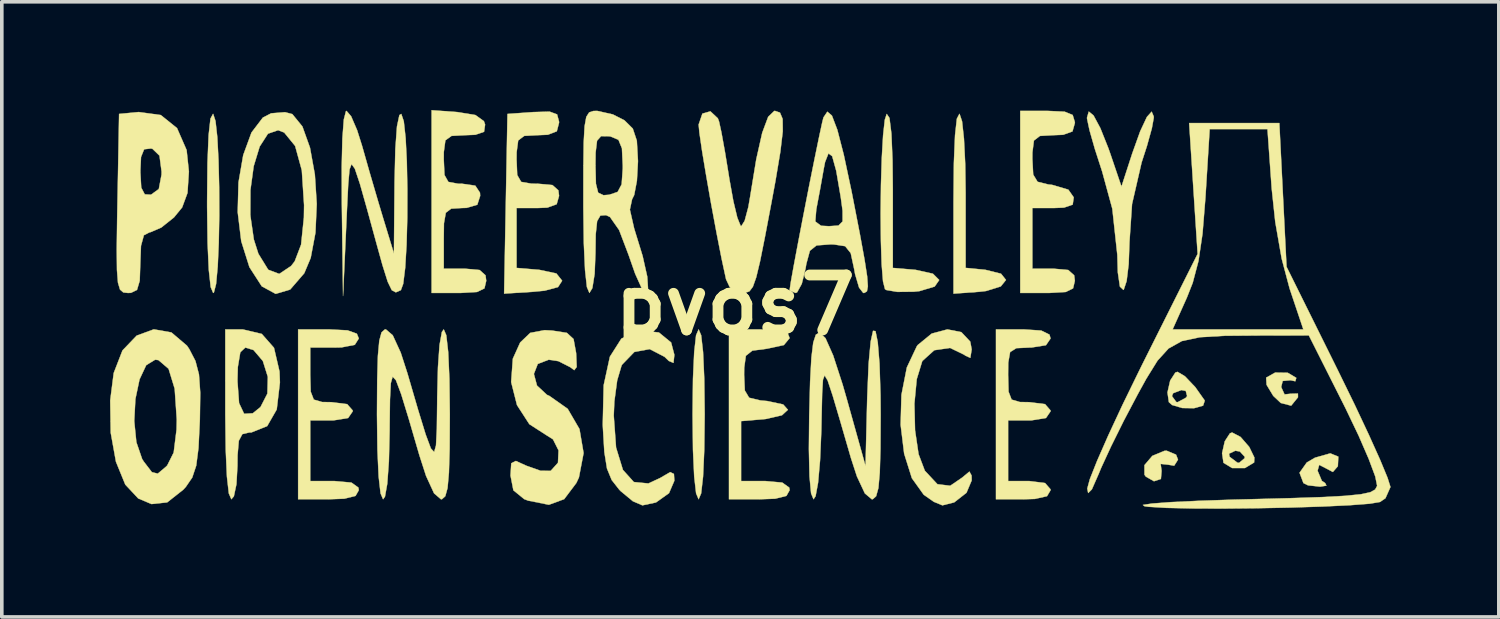
<source format=kicad_pcb>
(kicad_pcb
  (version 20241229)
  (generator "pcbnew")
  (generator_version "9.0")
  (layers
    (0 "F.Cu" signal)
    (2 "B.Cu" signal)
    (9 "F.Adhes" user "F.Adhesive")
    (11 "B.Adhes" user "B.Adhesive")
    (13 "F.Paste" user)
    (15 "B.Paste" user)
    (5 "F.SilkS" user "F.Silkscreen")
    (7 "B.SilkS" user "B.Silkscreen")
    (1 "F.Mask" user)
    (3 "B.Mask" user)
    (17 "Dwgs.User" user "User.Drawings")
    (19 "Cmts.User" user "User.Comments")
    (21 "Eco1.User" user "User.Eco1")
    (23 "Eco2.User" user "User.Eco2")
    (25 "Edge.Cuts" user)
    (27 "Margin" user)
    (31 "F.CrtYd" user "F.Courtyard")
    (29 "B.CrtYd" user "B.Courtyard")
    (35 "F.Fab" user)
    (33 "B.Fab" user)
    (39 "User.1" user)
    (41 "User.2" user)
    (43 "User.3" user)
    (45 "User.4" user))
  (footprint "pvos7"
    (layer "F.Cu")
    (at 17.325 5.407)
    (property "Reference" "pvos7" (at 0 0 0) (layer "F.SilkS") (effects (font (size 1.524 1.524) (thickness 0.3))))
    (attr through_hole)
    (fp_poly (pts (xy 12.225 4.146) (xy 12.279 4.284) (xy 12.173 4.452) (xy 11.998 4.423) (xy 11.798 4.402) (xy 11.824 4.597) (xy 11.805 4.82) (xy 11.613 4.883) (xy 11.387 4.754) (xy 11.35 4.703) (xy 11.349 4.437) (xy 11.567 4.18) (xy 11.9 4.041) (xy 11.964 4.037) (xy 12.225 4.146)) (stroke (width 0.01) (type solid)) (fill yes) (layer "F.SilkS"))
    (fp_poly (pts (xy 15.32 1.876) (xy 15.558 2.017) (xy 15.531 2.112) (xy 15.4 2.083) (xy 15.181 2.103) (xy 15.139 2.271) (xy 15.232 2.476) (xy 15.405 2.457) (xy 15.603 2.452) (xy 15.605 2.555) (xy 15.416 2.788) (xy 15.129 2.714) (xy 14.92 2.517) (xy 14.734 2.209) (xy 14.723 2.011) (xy 14.972 1.871) (xy 15.32 1.876)) (stroke (width 0.01) (type solid)) (fill yes) (layer "F.SilkS"))
    (fp_poly (pts (xy 16.723 4.201) (xy 16.71 4.467) (xy 16.572 4.626) (xy 16.381 4.525) (xy 16.193 4.428) (xy 16.148 4.591) (xy 16.266 4.871) (xy 16.359 4.935) (xy 16.393 5.005) (xy 16.218 5.033) (xy 15.882 4.996) (xy 15.756 4.934) (xy 15.648 4.648) (xy 15.848 4.364) (xy 16.077 4.23) (xy 16.5 4.11) (xy 16.723 4.201)) (stroke (width 0.01) (type solid)) (fill yes) (layer "F.SilkS"))
    (fp_poly (pts (xy 6.224 -5.299) (xy 6.293 -5.094) (xy 6.346 -4.61) (xy 6.381 -3.904) (xy 6.392 -3.113) (xy 6.392 -1.031) (xy 6.939 -0.978) (xy 7.373 -0.87) (xy 7.511 -0.697) (xy 7.367 -0.518) (xy 6.957 -0.39) (xy 6.771 -0.369) (xy 6.056 -0.317) (xy 6.056 -2.86) (xy 6.066 -3.934) (xy 6.098 -4.707) (xy 6.149 -5.166) (xy 6.219 -5.301) (xy 6.224 -5.299)) (stroke (width 0.01) (type solid)) (fill yes) (layer "F.SilkS"))
    (fp_poly (pts (xy -14.466 -5.299) (xy -14.401 -5.102) (xy -14.351 -4.651) (xy -14.318 -4.016) (xy -14.3 -3.269) (xy -14.297 -2.481) (xy -14.311 -1.724) (xy -14.34 -1.068) (xy -14.385 -0.586) (xy -14.446 -0.349) (xy -14.466 -0.336) (xy -14.535 -0.5) (xy -14.587 -0.971) (xy -14.621 -1.72) (xy -14.634 -2.72) (xy -14.634 -2.87) (xy -14.624 -3.941) (xy -14.592 -4.711) (xy -14.541 -5.168) (xy -14.47 -5.301) (xy -14.466 -5.299)) (stroke (width 0.01) (type solid)) (fill yes) (layer "F.SilkS"))
    (fp_poly (pts (xy -0.939 0.836) (xy -0.886 1.303) (xy -0.853 2.044) (xy -0.841 3.026) (xy -0.841 3.028) (xy -0.853 4.01) (xy -0.886 4.751) (xy -0.939 5.219) (xy -1.009 5.383) (xy -1.009 5.383) (xy -1.079 5.22) (xy -1.132 4.753) (xy -1.166 4.012) (xy -1.177 3.03) (xy -1.177 3.028) (xy -1.166 2.045) (xy -1.132 1.304) (xy -1.08 0.836) (xy -1.009 0.673) (xy -1.009 0.673) (xy -0.939 0.836)) (stroke (width 0.01) (type solid)) (fill yes) (layer "F.SilkS"))
    (fp_poly (pts (xy 14.013 3.655) (xy 14.253 3.931) (xy 14.396 4.225) (xy 14.389 4.363) (xy 14.132 4.517) (xy 13.78 4.517) (xy 13.54 4.372) (xy 13.503 4.119) (xy 13.693 4.119) (xy 13.709 4.205) (xy 13.924 4.367) (xy 13.972 4.374) (xy 14.125 4.245) (xy 14.13 4.205) (xy 13.993 4.058) (xy 13.868 4.037) (xy 13.693 4.119) (xy 13.503 4.119) (xy 13.501 4.104) (xy 13.576 3.775) (xy 13.719 3.554) (xy 13.779 3.532) (xy 14.013 3.655)) (stroke (width 0.01) (type solid)) (fill yes) (layer "F.SilkS"))
    (fp_poly (pts (xy 4.281 -5.186) (xy 4.335 -4.752) (xy 4.366 -4.008) (xy 4.374 -3.216) (xy 4.374 -1.03) (xy 5.004 -0.977) (xy 5.485 -0.87) (xy 5.66 -0.695) (xy 5.534 -0.514) (xy 5.112 -0.387) (xy 4.956 -0.371) (xy 4.499 -0.366) (xy 4.197 -0.417) (xy 4.157 -0.441) (xy 4.102 -0.657) (xy 4.064 -1.13) (xy 4.043 -1.783) (xy 4.036 -2.542) (xy 4.045 -3.333) (xy 4.068 -4.078) (xy 4.104 -4.705) (xy 4.152 -5.138) (xy 4.205 -5.299) (xy 4.281 -5.186)) (stroke (width 0.01) (type solid)) (fill yes) (layer "F.SilkS"))
    (fp_poly (pts (xy 12.472 1.974) (xy 12.756 2.272) (xy 13.013 2.636) (xy 13.021 2.649) (xy 12.974 2.788) (xy 12.724 2.858) (xy 12.395 2.853) (xy 12.113 2.769) (xy 12.026 2.69) (xy 12.002 2.523) (xy 12.111 2.523) (xy 12.232 2.687) (xy 12.27 2.691) (xy 12.497 2.569) (xy 12.532 2.523) (xy 12.494 2.379) (xy 12.374 2.355) (xy 12.143 2.443) (xy 12.111 2.523) (xy 12.002 2.523) (xy 11.987 2.422) (xy 12.062 2.093) (xy 12.205 1.871) (xy 12.265 1.85) (xy 12.472 1.974)) (stroke (width 0.01) (type solid)) (fill yes) (layer "F.SilkS"))
    (fp_poly (pts (xy -10.741 0.7) (xy -10.483 0.793) (xy -10.429 0.925) (xy -10.54 1.101) (xy -10.909 1.173) (xy -11.102 1.177) (xy -11.775 1.177) (xy -11.775 1.934) (xy -11.762 2.4) (xy -11.677 2.62) (xy -11.448 2.687) (xy -11.186 2.691) (xy -10.751 2.746) (xy -10.598 2.921) (xy -10.597 2.944) (xy -10.725 3.13) (xy -11.132 3.196) (xy -11.186 3.196) (xy -11.775 3.196) (xy -11.775 4.878) (xy -11.102 4.878) (xy -10.634 4.92) (xy -10.441 5.058) (xy -10.429 5.13) (xy -10.519 5.289) (xy -10.831 5.367) (xy -11.27 5.383) (xy -12.111 5.383) (xy -12.111 0.673) (xy -11.27 0.673) (xy -10.741 0.7)) (stroke (width 0.01) (type solid)) (fill yes) (layer "F.SilkS"))
    (fp_poly (pts (xy 9.938 -5.256) (xy 10.127 -4.904) (xy 10.349 -4.348) (xy 10.401 -4.201) (xy 10.712 -3.285) (xy 11.012 -4.208) (xy 11.231 -4.818) (xy 11.417 -5.215) (xy 11.549 -5.363) (xy 11.606 -5.229) (xy 11.607 -5.19) (xy 11.554 -4.899) (xy 11.418 -4.41) (xy 11.27 -3.953) (xy 11.005 -2.801) (xy 10.934 -1.75) (xy 10.912 -1.138) (xy 10.855 -0.667) (xy 10.775 -0.428) (xy 10.766 -0.421) (xy 10.669 -0.512) (xy 10.611 -0.905) (xy 10.597 -1.39) (xy 10.458 -2.671) (xy 10.177 -3.701) (xy 9.975 -4.325) (xy 9.826 -4.847) (xy 9.758 -5.166) (xy 9.756 -5.194) (xy 9.806 -5.365) (xy 9.938 -5.256)) (stroke (width 0.01) (type solid)) (fill yes) (layer "F.SilkS"))
    (fp_poly (pts (xy 1.209 0.702) (xy 1.468 0.8) (xy 1.514 0.915) (xy 1.354 1.108) (xy 0.886 1.209) (xy 0.883 1.209) (xy 0.479 1.263) (xy 0.3 1.405) (xy 0.254 1.739) (xy 0.252 1.934) (xy 0.271 2.367) (xy 0.391 2.568) (xy 0.703 2.643) (xy 0.894 2.66) (xy 1.334 2.754) (xy 1.466 2.902) (xy 1.301 3.054) (xy 0.849 3.158) (xy 0.786 3.164) (xy 0.168 3.216) (xy 0.168 4.878) (xy 0.841 4.878) (xy 1.309 4.92) (xy 1.502 5.058) (xy 1.514 5.13) (xy 1.424 5.289) (xy 1.112 5.367) (xy 0.673 5.383) (xy -0.168 5.383) (xy -0.168 0.673) (xy 0.673 0.673) (xy 1.209 0.702)) (stroke (width 0.01) (type solid)) (fill yes) (layer "F.SilkS"))
    (fp_poly (pts (xy 8.489 0.706) (xy 8.716 0.818) (xy 8.747 0.925) (xy 8.619 1.112) (xy 8.212 1.177) (xy 8.158 1.177) (xy 7.797 1.194) (xy 7.625 1.303) (xy 7.573 1.598) (xy 7.57 1.934) (xy 7.582 2.4) (xy 7.667 2.62) (xy 7.896 2.687) (xy 8.158 2.691) (xy 8.594 2.746) (xy 8.746 2.921) (xy 8.747 2.944) (xy 8.619 3.13) (xy 8.212 3.196) (xy 8.158 3.196) (xy 7.57 3.196) (xy 7.57 4.878) (xy 8.158 4.878) (xy 8.594 4.933) (xy 8.746 5.107) (xy 8.747 5.13) (xy 8.648 5.297) (xy 8.311 5.373) (xy 7.99 5.383) (xy 7.233 5.383) (xy 7.233 0.673) (xy 7.99 0.673) (xy 8.489 0.706)) (stroke (width 0.01) (type solid)) (fill yes) (layer "F.SilkS"))
    (fp_poly (pts (xy -4.933 -5.287) (xy -4.879 -5.088) (xy -4.878 -5.056) (xy -4.94 -4.818) (xy -5.188 -4.722) (xy -5.467 -4.71) (xy -5.844 -4.69) (xy -6.011 -4.564) (xy -6.054 -4.236) (xy -6.056 -4.037) (xy -6.038 -3.606) (xy -5.928 -3.415) (xy -5.641 -3.366) (xy -5.467 -3.364) (xy -5.061 -3.327) (xy -4.897 -3.18) (xy -4.878 -3.028) (xy -4.944 -2.796) (xy -5.201 -2.702) (xy -5.467 -2.691) (xy -6.056 -2.691) (xy -6.056 -1.03) (xy -5.425 -0.977) (xy -4.953 -0.877) (xy -4.794 -0.678) (xy -4.794 -0.673) (xy -4.907 -0.499) (xy -5.28 -0.399) (xy -5.598 -0.369) (xy -6.401 -0.318) (xy -6.308 -5.299) (xy -5.593 -5.35) (xy -5.141 -5.363) (xy -4.933 -5.287)) (stroke (width 0.01) (type solid)) (fill yes) (layer "F.SilkS"))
    (fp_poly (pts (xy 9.136 -5.361) (xy 9.36 -5.269) (xy 9.42 -5.071) (xy 9.42 -5.046) (xy 9.354 -4.814) (xy 9.097 -4.721) (xy 8.831 -4.71) (xy 8.452 -4.689) (xy 8.285 -4.561) (xy 8.243 -4.228) (xy 8.242 -4.048) (xy 8.265 -3.618) (xy 8.386 -3.418) (xy 8.687 -3.343) (xy 8.788 -3.333) (xy 9.239 -3.2) (xy 9.389 -2.986) (xy 9.36 -2.785) (xy 9.119 -2.702) (xy 8.843 -2.691) (xy 8.242 -2.691) (xy 8.242 -1.009) (xy 8.831 -1.009) (xy 9.237 -0.972) (xy 9.401 -0.825) (xy 9.42 -0.673) (xy 9.37 -0.463) (xy 9.165 -0.363) (xy 8.717 -0.337) (xy 8.663 -0.336) (xy 7.906 -0.336) (xy 7.906 -5.383) (xy 8.663 -5.383) (xy 9.136 -5.361)) (stroke (width 0.01) (type solid)) (fill yes) (layer "F.SilkS"))
    (fp_poly (pts (xy 6.274 0.751) (xy 6.52 1.012) (xy 6.56 1.229) (xy 6.522 1.463) (xy 6.378 1.398) (xy 6.358 1.379) (xy 5.961 1.187) (xy 5.523 1.251) (xy 5.193 1.549) (xy 5.189 1.556) (xy 5.037 2.053) (xy 4.972 2.734) (xy 4.99 3.471) (xy 5.088 4.134) (xy 5.261 4.591) (xy 5.61 4.965) (xy 5.965 5.008) (xy 6.296 4.782) (xy 6.497 4.615) (xy 6.557 4.725) (xy 6.56 4.86) (xy 6.416 5.202) (xy 6.075 5.469) (xy 5.749 5.551) (xy 5.511 5.453) (xy 5.231 5.257) (xy 4.902 4.798) (xy 4.688 4.119) (xy 4.59 3.316) (xy 4.613 2.487) (xy 4.762 1.73) (xy 5.039 1.142) (xy 5.067 1.105) (xy 5.452 0.79) (xy 5.887 0.674) (xy 6.274 0.751)) (stroke (width 0.01) (type solid)) (fill yes) (layer "F.SilkS"))
    (fp_poly (pts (xy -13.119 0.799) (xy -12.78 1.184) (xy -12.627 1.842) (xy -12.616 2.146) (xy -12.704 2.893) (xy -12.969 3.355) (xy -13.409 3.531) (xy -13.469 3.532) (xy -13.657 3.576) (xy -13.755 3.76) (xy -13.79 4.163) (xy -13.793 4.458) (xy -13.821 4.964) (xy -13.892 5.3) (xy -13.962 5.383) (xy -14.032 5.22) (xy -14.085 4.753) (xy -14.118 4.012) (xy -14.13 3.03) (xy -14.13 2.103) (xy -13.793 2.103) (xy -13.748 2.717) (xy -13.608 3.013) (xy -13.368 2.999) (xy -13.154 2.826) (xy -12.963 2.453) (xy -12.951 1.989) (xy -13.089 1.549) (xy -13.347 1.246) (xy -13.575 1.177) (xy -13.714 1.308) (xy -13.783 1.719) (xy -13.793 2.103) (xy -14.13 2.103) (xy -14.13 0.673) (xy -13.651 0.673) (xy -13.119 0.799)) (stroke (width 0.01) (type solid)) (fill yes) (layer "F.SilkS"))
    (fp_poly (pts (xy -7.697 -5.35) (xy -7.196 -5.268) (xy -6.961 -5.098) (xy -6.928 -5.004) (xy -6.957 -4.804) (xy -7.198 -4.721) (xy -7.473 -4.71) (xy -7.858 -4.69) (xy -8.029 -4.567) (xy -8.073 -4.242) (xy -8.074 -4.037) (xy -8.054 -3.606) (xy -7.946 -3.414) (xy -7.678 -3.365) (xy -7.57 -3.364) (xy -7.2 -3.311) (xy -7.07 -3.115) (xy -7.065 -3.028) (xy -7.144 -2.782) (xy -7.439 -2.695) (xy -7.57 -2.691) (xy -7.868 -2.673) (xy -8.017 -2.56) (xy -8.069 -2.266) (xy -8.074 -1.85) (xy -8.074 -1.009) (xy -7.485 -1.009) (xy -7.08 -0.972) (xy -6.916 -0.825) (xy -6.897 -0.673) (xy -6.946 -0.463) (xy -7.152 -0.363) (xy -7.599 -0.337) (xy -7.654 -0.336) (xy -8.411 -0.336) (xy -8.411 -5.402) (xy -7.697 -5.35)) (stroke (width 0.01) (type solid)) (fill yes) (layer "F.SilkS"))
    (fp_poly (pts (xy -2.111 0.759) (xy -1.772 1.036) (xy -1.682 1.378) (xy -1.706 1.602) (xy -1.833 1.55) (xy -1.955 1.433) (xy -2.365 1.22) (xy -2.791 1.299) (xy -3.131 1.651) (xy -3.147 1.682) (xy -3.267 2.087) (xy -3.345 2.67) (xy -3.362 3.062) (xy -3.298 3.948) (xy -3.108 4.568) (xy -2.805 4.905) (xy -2.401 4.944) (xy -2.079 4.794) (xy -1.796 4.63) (xy -1.694 4.68) (xy -1.682 4.868) (xy -1.83 5.213) (xy -2.192 5.471) (xy -2.567 5.551) (xy -2.832 5.437) (xy -3.169 5.158) (xy -3.209 5.117) (xy -3.419 4.849) (xy -3.549 4.532) (xy -3.623 4.072) (xy -3.664 3.377) (xy -3.667 3.309) (xy -3.641 2.221) (xy -3.469 1.431) (xy -3.15 0.929) (xy -2.678 0.708) (xy -2.639 0.703) (xy -2.111 0.759)) (stroke (width 0.01) (type solid)) (fill yes) (layer "F.SilkS"))
    (fp_poly (pts (xy -15.919 -5.268) (xy -15.468 -4.906) (xy -15.202 -4.297) (xy -15.139 -3.701) (xy -15.178 -3.108) (xy -15.326 -2.707) (xy -15.552 -2.431) (xy -15.904 -2.15) (xy -16.205 -2.02) (xy -16.225 -2.019) (xy -16.387 -1.936) (xy -16.467 -1.643) (xy -16.485 -1.177) (xy -16.502 -0.674) (xy -16.577 -0.422) (xy -16.743 -0.34) (xy -16.826 -0.336) (xy -16.957 -0.351) (xy -17.048 -0.429) (xy -17.105 -0.62) (xy -17.133 -0.975) (xy -17.139 -1.544) (xy -17.128 -2.378) (xy -17.12 -2.818) (xy -17.103 -3.701) (xy -16.485 -3.701) (xy -16.46 -3.256) (xy -16.362 -3.07) (xy -16.19 -3.06) (xy -15.973 -3.217) (xy -15.897 -3.617) (xy -15.896 -3.701) (xy -15.954 -4.142) (xy -16.148 -4.331) (xy -16.19 -4.341) (xy -16.38 -4.319) (xy -16.466 -4.105) (xy -16.485 -3.701) (xy -17.103 -3.701) (xy -17.074 -5.299) (xy -16.53 -5.351) (xy -15.919 -5.268)) (stroke (width 0.01) (type solid)) (fill yes) (layer "F.SilkS"))
    (fp_poly (pts (xy -12.272 -5.294) (xy -11.992 -4.95) (xy -11.782 -4.363) (xy -11.647 -3.618) (xy -11.595 -2.804) (xy -11.631 -2.005) (xy -11.762 -1.309) (xy -11.941 -0.883) (xy -12.332 -0.431) (xy -12.733 -0.311) (xy -13.118 -0.52) (xy -13.461 -1.051) (xy -13.688 -1.771) (xy -13.775 -2.489) (xy -13.436 -2.489) (xy -13.339 -1.819) (xy -13.213 -1.424) (xy -12.939 -0.979) (xy -12.634 -0.865) (xy -12.305 -1.085) (xy -12.205 -1.215) (xy -12.029 -1.675) (xy -11.951 -2.428) (xy -11.946 -2.771) (xy -12.009 -3.737) (xy -12.194 -4.411) (xy -12.497 -4.783) (xy -12.665 -4.848) (xy -12.947 -4.751) (xy -13.177 -4.394) (xy -13.343 -3.849) (xy -13.433 -3.19) (xy -13.436 -2.489) (xy -13.775 -2.489) (xy -13.786 -2.578) (xy -13.764 -3.399) (xy -13.633 -4.158) (xy -13.404 -4.783) (xy -13.088 -5.198) (xy -12.859 -5.316) (xy -12.475 -5.347) (xy -12.272 -5.294)) (stroke (width 0.01) (type solid)) (fill yes) (layer "F.SilkS"))
    (fp_poly (pts (xy -10.642 -5.234) (xy -10.476 -4.849) (xy -10.339 -4.416) (xy -10.129 -3.678) (xy -9.889 -2.859) (xy -9.763 -2.439) (xy -9.455 -1.43) (xy -9.438 -3.416) (xy -9.416 -4.331) (xy -9.371 -4.953) (xy -9.304 -5.267) (xy -9.252 -5.299) (xy -9.182 -5.095) (xy -9.131 -4.63) (xy -9.098 -3.98) (xy -9.083 -3.22) (xy -9.085 -2.426) (xy -9.105 -1.673) (xy -9.143 -1.035) (xy -9.198 -0.59) (xy -9.263 -0.414) (xy -9.402 -0.353) (xy -9.514 -0.412) (xy -9.627 -0.645) (xy -9.773 -1.108) (xy -9.914 -1.616) (xy -10.196 -2.646) (xy -10.399 -3.364) (xy -10.539 -3.781) (xy -10.63 -3.909) (xy -10.686 -3.759) (xy -10.723 -3.341) (xy -10.756 -2.669) (xy -10.774 -2.271) (xy -10.866 -0.252) (xy -10.9 -2.818) (xy -10.903 -3.834) (xy -10.884 -4.621) (xy -10.844 -5.146) (xy -10.785 -5.375) (xy -10.77 -5.383) (xy -10.642 -5.234)) (stroke (width 0.01) (type solid)) (fill yes) (layer "F.SilkS"))
    (fp_poly (pts (xy -5.072 0.706) (xy -4.661 0.77) (xy -4.476 0.941) (xy -4.406 1.324) (xy -4.404 1.346) (xy -4.389 1.716) (xy -4.457 1.804) (xy -4.563 1.724) (xy -4.897 1.554) (xy -5.164 1.514) (xy -5.468 1.631) (xy -5.576 1.908) (xy -5.49 2.231) (xy -5.213 2.488) (xy -5.147 2.517) (xy -4.639 2.875) (xy -4.312 3.436) (xy -4.198 4.102) (xy -4.327 4.777) (xy -4.399 4.931) (xy -4.736 5.379) (xy -5.16 5.535) (xy -5.736 5.42) (xy -5.845 5.378) (xy -6.144 5.134) (xy -6.224 4.725) (xy -6.203 4.385) (xy -6.076 4.32) (xy -5.782 4.454) (xy -5.389 4.593) (xy -5.11 4.595) (xy -4.908 4.37) (xy -4.892 4.028) (xy -5.046 3.721) (xy -5.21 3.618) (xy -5.702 3.301) (xy -6.044 2.772) (xy -6.206 2.133) (xy -6.159 1.486) (xy -5.956 1.037) (xy -5.677 0.77) (xy -5.28 0.695) (xy -5.072 0.706)) (stroke (width 0.01) (type solid)) (fill yes) (layer "F.SilkS"))
    (fp_poly (pts (xy 1.246 -5.335) (xy 1.319 -5.16) (xy 1.323 -4.816) (xy 1.257 -4.256) (xy 1.12 -3.437) (xy 1.013 -2.859) (xy 0.831 -1.898) (xy 0.695 -1.218) (xy 0.588 -0.772) (xy 0.495 -0.509) (xy 0.399 -0.381) (xy 0.283 -0.34) (xy 0.168 -0.336) (xy -0.141 -0.485) (xy -0.249 -0.715) (xy -0.373 -1.288) (xy -0.515 -2.013) (xy -0.663 -2.808) (xy -0.8 -3.589) (xy -0.914 -4.274) (xy -0.988 -4.78) (xy -1.009 -5.004) (xy -0.905 -5.307) (xy -0.683 -5.371) (xy -0.476 -5.177) (xy -0.443 -5.088) (xy -0.377 -4.786) (xy -0.281 -4.257) (xy -0.174 -3.605) (xy -0.156 -3.49) (xy -0.046 -2.879) (xy 0.064 -2.421) (xy 0.155 -2.197) (xy 0.172 -2.187) (xy 0.267 -2.337) (xy 0.369 -2.719) (xy 0.415 -2.986) (xy 0.588 -4.04) (xy 0.754 -4.778) (xy 0.919 -5.219) (xy 1.087 -5.381) (xy 1.107 -5.383) (xy 1.246 -5.335)) (stroke (width 0.01) (type solid)) (fill yes) (layer "F.SilkS"))
    (fp_poly (pts (xy -15.624 0.758) (xy -15.193 1.124) (xy -15.128 1.22) (xy -14.957 1.55) (xy -14.86 1.922) (xy -14.824 2.431) (xy -14.835 3.175) (xy -14.837 3.225) (xy -14.873 3.961) (xy -14.936 4.45) (xy -15.046 4.78) (xy -15.225 5.041) (xy -15.295 5.117) (xy -15.741 5.469) (xy -16.176 5.515) (xy -16.543 5.36) (xy -16.902 4.976) (xy -17.161 4.342) (xy -17.306 3.538) (xy -17.311 3.216) (xy -16.654 3.216) (xy -16.595 3.8) (xy -16.435 4.267) (xy -16.391 4.336) (xy -16.165 4.631) (xy -16.002 4.672) (xy -15.774 4.48) (xy -15.74 4.446) (xy -15.56 4.086) (xy -15.481 3.451) (xy -15.475 3.173) (xy -15.533 2.318) (xy -15.702 1.766) (xy -15.983 1.525) (xy -16.074 1.514) (xy -16.322 1.665) (xy -16.507 2.059) (xy -16.622 2.606) (xy -16.654 3.216) (xy -17.311 3.216) (xy -17.32 2.641) (xy -17.223 1.883) (xy -16.98 1.257) (xy -16.586 0.846) (xy -16.111 0.672) (xy -15.624 0.758)) (stroke (width 0.01) (type solid)) (fill yes) (layer "F.SilkS"))
    (fp_poly (pts (xy 3.894 0.722) (xy 3.956 1.028) (xy 4.005 1.623) (xy 4.033 2.496) (xy 4.037 3.028) (xy 4.032 3.982) (xy 4.012 4.646) (xy 3.974 5.07) (xy 3.911 5.298) (xy 3.82 5.38) (xy 3.792 5.383) (xy 3.599 5.22) (xy 3.378 4.747) (xy 3.215 4.247) (xy 2.919 3.227) (xy 2.708 2.514) (xy 2.568 2.092) (xy 2.483 1.949) (xy 2.437 2.07) (xy 2.415 2.44) (xy 2.401 3.045) (xy 2.392 3.49) (xy 2.357 4.304) (xy 2.302 4.924) (xy 2.233 5.296) (xy 2.176 5.383) (xy 2.108 5.219) (xy 2.064 4.747) (xy 2.047 3.991) (xy 2.056 3.07) (xy 2.081 2.118) (xy 2.117 1.456) (xy 2.168 1.039) (xy 2.24 0.821) (xy 2.339 0.757) (xy 2.342 0.757) (xy 2.507 0.916) (xy 2.72 1.395) (xy 2.982 2.201) (xy 3.099 2.607) (xy 3.617 4.458) (xy 3.664 2.565) (xy 3.703 1.625) (xy 3.76 1.011) (xy 3.826 0.713) (xy 3.894 0.722)) (stroke (width 0.01) (type solid)) (fill yes) (layer "F.SilkS"))
    (fp_poly (pts (xy -8.004 0.836) (xy -7.951 1.303) (xy -7.918 2.044) (xy -7.906 3.026) (xy -7.906 3.028) (xy -7.911 3.982) (xy -7.931 4.646) (xy -7.969 5.07) (xy -8.032 5.298) (xy -8.123 5.38) (xy -8.151 5.383) (xy -8.343 5.218) (xy -8.565 4.735) (xy -8.75 4.163) (xy -9.042 3.161) (xy -9.254 2.47) (xy -9.4 2.082) (xy -9.491 1.984) (xy -9.542 2.166) (xy -9.565 2.618) (xy -9.574 3.329) (xy -9.575 3.49) (xy -9.595 4.33) (xy -9.64 4.952) (xy -9.704 5.311) (xy -9.756 5.383) (xy -9.826 5.22) (xy -9.879 4.753) (xy -9.913 4.012) (xy -9.925 3.03) (xy -9.925 3.028) (xy -9.919 2.074) (xy -9.9 1.409) (xy -9.861 0.986) (xy -9.799 0.757) (xy -9.708 0.676) (xy -9.679 0.673) (xy -9.488 0.837) (xy -9.266 1.32) (xy -9.081 1.892) (xy -8.788 2.895) (xy -8.576 3.585) (xy -8.431 3.974) (xy -8.34 4.072) (xy -8.289 3.889) (xy -8.266 3.437) (xy -8.257 2.727) (xy -8.256 2.565) (xy -8.235 1.725) (xy -8.191 1.104) (xy -8.126 0.745) (xy -8.074 0.673) (xy -8.004 0.836)) (stroke (width 0.01) (type solid)) (fill yes) (layer "F.SilkS"))
    (fp_poly (pts (xy 2.686 -5.252) (xy 2.836 -4.858) (xy 3.015 -4.164) (xy 3.23 -3.154) (xy 3.271 -2.944) (xy 3.462 -1.962) (xy 3.59 -1.262) (xy 3.662 -0.798) (xy 3.682 -0.52) (xy 3.657 -0.383) (xy 3.589 -0.339) (xy 3.554 -0.336) (xy 3.438 -0.485) (xy 3.328 -0.856) (xy 3.3 -1.009) (xy 3.207 -1.44) (xy 3.052 -1.633) (xy 2.739 -1.681) (xy 2.627 -1.682) (xy 2.26 -1.654) (xy 2.075 -1.506) (xy 1.976 -1.142) (xy 1.954 -1.009) (xy 1.85 -0.589) (xy 1.721 -0.354) (xy 1.68 -0.336) (xy 1.518 -0.401) (xy 1.514 -0.419) (xy 1.545 -0.632) (xy 1.629 -1.099) (xy 1.751 -1.746) (xy 1.861 -2.317) (xy 2.225 -2.317) (xy 2.385 -2.199) (xy 2.604 -2.187) (xy 2.868 -2.205) (xy 2.982 -2.319) (xy 2.981 -2.615) (xy 2.931 -2.986) (xy 2.805 -3.722) (xy 2.693 -4.127) (xy 2.59 -4.205) (xy 2.495 -3.963) (xy 2.459 -3.778) (xy 2.358 -3.212) (xy 2.262 -2.703) (xy 2.252 -2.649) (xy 2.225 -2.317) (xy 1.861 -2.317) (xy 1.896 -2.498) (xy 2.049 -3.28) (xy 2.197 -4.017) (xy 2.324 -4.634) (xy 2.415 -5.057) (xy 2.451 -5.201) (xy 2.559 -5.361) (xy 2.686 -5.252)) (stroke (width 0.01) (type solid)) (fill yes) (layer "F.SilkS"))
    (fp_poly (pts (xy -3.388 -5.286) (xy -3.065 -5.121) (xy -2.834 -4.892) (xy -2.722 -4.556) (xy -2.691 -4.001) (xy -2.691 -3.977) (xy -2.72 -3.446) (xy -2.795 -3.052) (xy -2.854 -2.933) (xy -2.915 -2.646) (xy -2.796 -2.122) (xy -2.789 -2.1) (xy -2.562 -1.362) (xy -2.433 -0.787) (xy -2.41 -0.43) (xy -2.474 -0.336) (xy -2.595 -0.484) (xy -2.769 -0.87) (xy -2.95 -1.388) (xy -3.214 -2.082) (xy -3.466 -2.441) (xy -3.575 -2.493) (xy -3.733 -2.482) (xy -3.823 -2.327) (xy -3.862 -1.96) (xy -3.869 -1.442) (xy -3.892 -0.866) (xy -3.955 -0.471) (xy -4.037 -0.336) (xy -4.106 -0.5) (xy -4.158 -0.97) (xy -4.192 -1.72) (xy -4.205 -2.719) (xy -4.205 -2.86) (xy -4.204 -3.828) (xy -4.203 -3.869) (xy -3.869 -3.869) (xy -3.856 -3.363) (xy -3.794 -3.115) (xy -3.646 -3.046) (xy -3.49 -3.058) (xy -3.254 -3.137) (xy -3.143 -3.348) (xy -3.112 -3.785) (xy -3.112 -3.869) (xy -3.135 -4.345) (xy -3.232 -4.582) (xy -3.449 -4.673) (xy -3.49 -4.68) (xy -3.713 -4.683) (xy -3.825 -4.557) (xy -3.865 -4.224) (xy -3.869 -3.869) (xy -4.203 -3.869) (xy -4.195 -4.51) (xy -4.17 -4.957) (xy -4.123 -5.217) (xy -4.044 -5.341) (xy -3.928 -5.38) (xy -3.822 -5.383) (xy -3.388 -5.286)) (stroke (width 0.01) (type solid)) (fill yes) (layer "F.SilkS"))
    (fp_poly (pts (xy 15.188 -3.054) (xy 15.288 -1.062) (xy 16.727 1.841) (xy 17.177 2.762) (xy 17.569 3.595) (xy 17.88 4.286) (xy 18.087 4.786) (xy 18.167 5.039) (xy 18.167 5.045) (xy 18.029 5.355) (xy 17.877 5.458) (xy 17.59 5.506) (xy 17.036 5.548) (xy 16.283 5.584) (xy 15.4 5.612) (xy 14.458 5.631) (xy 13.523 5.64) (xy 12.667 5.637) (xy 11.957 5.621) (xy 11.462 5.591) (xy 11.354 5.577) (xy 11.305 5.54) (xy 11.558 5.501) (xy 12.081 5.462) (xy 12.84 5.426) (xy 13.802 5.393) (xy 14.212 5.383) (xy 15.395 5.352) (xy 16.283 5.322) (xy 16.92 5.287) (xy 17.348 5.244) (xy 17.608 5.188) (xy 17.743 5.114) (xy 17.796 5.017) (xy 17.798 5.005) (xy 17.747 4.75) (xy 17.566 4.265) (xy 17.284 3.615) (xy 16.927 2.869) (xy 16.881 2.777) (xy 15.906 0.841) (xy 14.556 0.843) (xy 13.587 0.85) (xy 12.887 0.891) (xy 12.386 0.997) (xy 12.017 1.203) (xy 11.711 1.54) (xy 11.4 2.042) (xy 11.16 2.478) (xy 10.777 3.204) (xy 10.421 3.922) (xy 10.149 4.512) (xy 10.078 4.684) (xy 9.892 5.107) (xy 9.789 5.21) (xy 9.764 5.087) (xy 9.835 4.825) (xy 10.037 4.316) (xy 10.347 3.611) (xy 10.742 2.763) (xy 11.2 1.824) (xy 11.289 1.644) (xy 11.775 0.673) (xy 12.13 0.673) (xy 15.753 0.673) (xy 15.373 -0.458) (xy 15.152 -1.291) (xy 14.975 -2.304) (xy 14.876 -3.233) (xy 14.759 -4.878) (xy 13.157 -4.878) (xy 13.04 -2.986) (xy 12.959 -1.982) (xy 12.847 -1.224) (xy 12.687 -0.618) (xy 12.526 -0.21) (xy 12.13 0.673) (xy 11.775 0.673) (xy 12.823 -1.419) (xy 12.705 -3.233) (xy 12.588 -5.046) (xy 15.088 -5.046) (xy 15.188 -3.054)) (stroke (width 0.01) (type solid)) (fill yes) (layer "F.SilkS")))
  (gr_rect
    (start -3 -3)
    (end 38.497 14.052)
    (stroke (width 0.1) (type default))
    (fill no)
    (layer "Edge.Cuts")))
</source>
